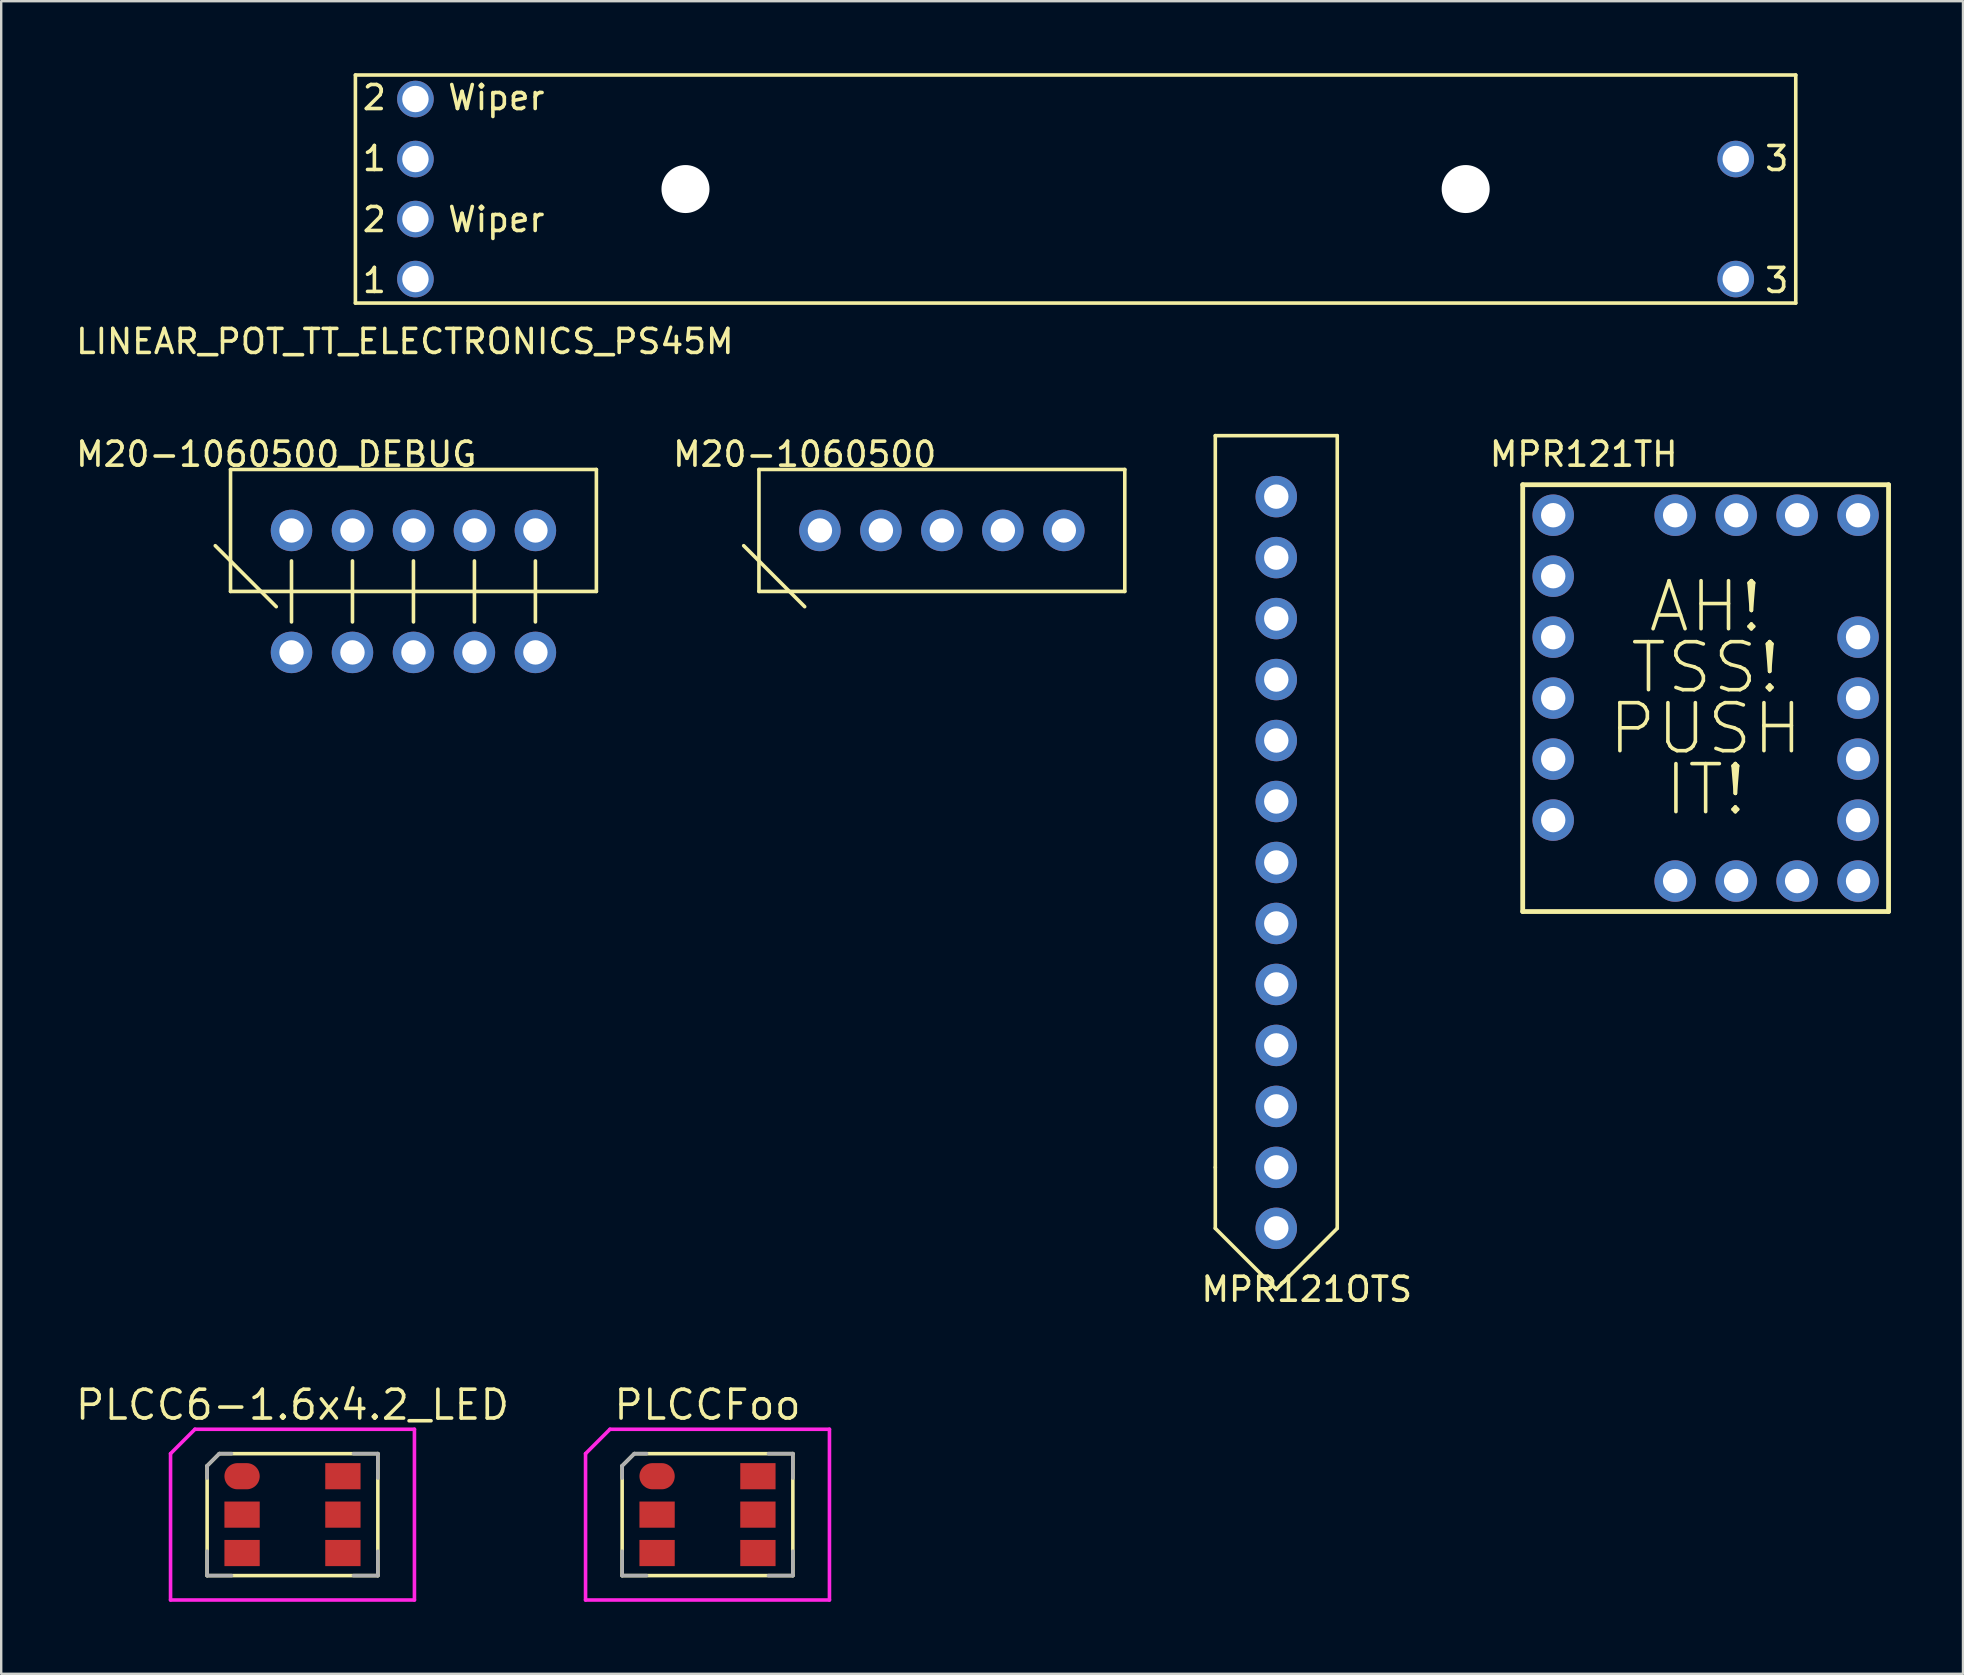
<source format=kicad_pcb>
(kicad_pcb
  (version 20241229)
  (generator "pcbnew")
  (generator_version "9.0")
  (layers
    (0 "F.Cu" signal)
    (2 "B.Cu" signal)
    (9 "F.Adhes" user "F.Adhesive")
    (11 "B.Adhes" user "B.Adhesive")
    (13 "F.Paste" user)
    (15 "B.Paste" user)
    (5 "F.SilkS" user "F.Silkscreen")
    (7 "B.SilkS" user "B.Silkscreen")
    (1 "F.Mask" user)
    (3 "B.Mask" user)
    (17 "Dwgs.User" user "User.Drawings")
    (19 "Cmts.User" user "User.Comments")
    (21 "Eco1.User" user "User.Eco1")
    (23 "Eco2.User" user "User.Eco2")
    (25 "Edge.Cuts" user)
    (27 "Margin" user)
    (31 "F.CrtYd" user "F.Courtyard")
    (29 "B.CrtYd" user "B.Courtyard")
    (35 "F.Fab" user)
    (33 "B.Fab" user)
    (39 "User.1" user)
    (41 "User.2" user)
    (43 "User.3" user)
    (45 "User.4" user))
  (footprint "PLCCFoo"
    (layer "F.Cu")
    (at 26.422 60.044)
    (property "Reference" "PLCCFoo" (at 0 -4.572 0) (layer "F.SilkS") (effects (font (size 1.2 1.2) (thickness 0.15))))
    (attr through_hole)
    (fp_line (start -3.556 -2.032) (end -3.048 -2.54) (stroke (width 0.15) (type solid)) (layer "F.SilkS"))
    (fp_line (start -3.556 2.54) (end -3.556 -2.032) (stroke (width 0.15) (type solid)) (layer "F.SilkS"))
    (fp_line (start -3.048 -2.54) (end 3.556 -2.54) (stroke (width 0.15) (type solid)) (layer "F.SilkS"))
    (fp_line (start 3.556 -2.54) (end 3.556 2.54) (stroke (width 0.15) (type solid)) (layer "F.SilkS"))
    (fp_line (start 3.556 2.54) (end -3.556 2.54) (stroke (width 0.15) (type solid)) (layer "F.SilkS"))
    (fp_line (start -5.08 -2.54) (end -5.08 3.556) (stroke (width 0.15) (type solid)) (layer "F.CrtYd"))
    (fp_line (start -5.08 3.556) (end 5.08 3.556) (stroke (width 0.15) (type solid)) (layer "F.CrtYd"))
    (fp_line (start -4.064 -3.556) (end -5.08 -2.54) (stroke (width 0.15) (type solid)) (layer "F.CrtYd"))
    (fp_line (start 5.08 -3.556) (end -4.064 -3.556) (stroke (width 0.15) (type solid)) (layer "F.CrtYd"))
    (fp_line (start 5.08 3.556) (end 5.08 -3.556) (stroke (width 0.15) (type solid)) (layer "F.CrtYd"))
    (fp_line (start -3.556 -2.032) (end -3.556 -1.524) (stroke (width 0.15) (type solid)) (layer "F.Fab"))
    (fp_line (start -3.556 1.524) (end -3.556 2.54) (stroke (width 0.15) (type solid)) (layer "F.Fab"))
    (fp_line (start -3.556 2.54) (end -2.54 2.54) (stroke (width 0.15) (type solid)) (layer "F.Fab"))
    (fp_line (start -3.048 -2.54) (end -3.556 -2.032) (stroke (width 0.15) (type solid)) (layer "F.Fab"))
    (fp_line (start -2.54 -2.54) (end -3.048 -2.54) (stroke (width 0.15) (type solid)) (layer "F.Fab"))
    (fp_line (start 2.54 2.54) (end 3.556 2.54) (stroke (width 0.15) (type solid)) (layer "F.Fab"))
    (fp_line (start 3.556 -2.54) (end 2.54 -2.54) (stroke (width 0.15) (type solid)) (layer "F.Fab"))
    (fp_line (start 3.556 -1.524) (end 3.556 -2.54) (stroke (width 0.15) (type solid)) (layer "F.Fab"))
    (fp_line (start 3.556 2.54) (end 3.556 1.524) (stroke (width 0.15) (type solid)) (layer "F.Fab"))
    (pad "1" smd oval (at -2.1 -1.6 270) (size 1.09 1.47) (layers "F.Cu" "F.Mask" "F.Paste"))
    (pad "2" smd rect (at -2.1 0 270) (size 1.09 1.47) (layers "F.Cu" "F.Mask" "F.Paste"))
    (pad "3" smd rect (at -2.1 1.6 270) (size 1.09 1.47) (layers "F.Cu" "F.Mask" "F.Paste"))
    (pad "4" smd rect (at 2.1 1.6 270) (size 1.09 1.47) (layers "F.Cu" "F.Mask" "F.Paste"))
    (pad "5" smd rect (at 2.1 0 270) (size 1.09 1.47) (layers "F.Cu" "F.Mask" "F.Paste"))
    (pad "6" smd rect (at 2.1 -1.6 270) (size 1.09 1.47) (layers "F.Cu" "F.Mask" "F.Paste")))
  (footprint "MPR121TH"
    (layer "F.Cu")
    (at 61.651 18.412)
    (property "Reference" "MPR121TH" (at 1.27 -2.54 0) (layer "F.SilkS") (effects (font (size 1 1) (thickness 0.15))))
    (attr through_hole)
    (fp_line (start -1.27 -1.27) (end 13.97 -1.27) (stroke (width 0.2) (type solid)) (layer "F.SilkS"))
    (fp_line (start -1.27 16.51) (end -1.27 -1.27) (stroke (width 0.2) (type solid)) (layer "F.SilkS"))
    (fp_line (start 13.97 -1.27) (end 13.97 16.51) (stroke (width 0.2) (type solid)) (layer "F.SilkS"))
    (fp_line (start 13.97 16.51) (end -1.27 16.51) (stroke (width 0.2) (type solid)) (layer "F.SilkS"))
    (fp_text user "TSS!" (at 6.35 6.35 0) (layer "F.SilkS") (effects (font (size 2 2) (thickness 0.15))))
    (fp_text user "IT!" (at 6.35 11.43 0) (layer "F.SilkS") (effects (font (size 2 2) (thickness 0.15))))
    (fp_text user "AH!" (at 6.35 3.81 0) (layer "F.SilkS") (effects (font (size 2 2) (thickness 0.15))))
    (fp_text user "PUSH" (at 6.35 8.89 0) (layer "F.SilkS") (effects (font (size 2 2) (thickness 0.15))))
    (pad "+3.3" thru_hole circle (at 0 0) (size 1.727 1.727) (drill 1.016) (layers "*.Cu" "*.Mask"))
    (pad "ADDR" thru_hole circle (at 0 12.7) (size 1.727 1.727) (drill 1.016) (layers "*.Cu" "*.Mask"))
    (pad "GND" thru_hole circle (at 0 2.54) (size 1.727 1.727) (drill 1.016) (layers "*.Cu" "*.Mask"))
    (pad "IRQ" thru_hole circle (at 0 5.08) (size 1.727 1.727) (drill 1.016) (layers "*.Cu" "*.Mask"))
    (pad "P00" thru_hole circle (at 5.08 15.24) (size 1.727 1.727) (drill 1.016) (layers "*.Cu" "*.Mask"))
    (pad "P01" thru_hole circle (at 7.62 15.24) (size 1.727 1.727) (drill 1.016) (layers "*.Cu" "*.Mask"))
    (pad "P02" thru_hole circle (at 10.16 15.24) (size 1.727 1.727) (drill 1.016) (layers "*.Cu" "*.Mask"))
    (pad "P03" thru_hole circle (at 12.7 15.24) (size 1.727 1.727) (drill 1.016) (layers "*.Cu" "*.Mask"))
    (pad "P04" thru_hole circle (at 12.7 12.7) (size 1.727 1.727) (drill 1.016) (layers "*.Cu" "*.Mask"))
    (pad "P05" thru_hole circle (at 12.7 10.16) (size 1.727 1.727) (drill 1.016) (layers "*.Cu" "*.Mask"))
    (pad "P06" thru_hole circle (at 12.7 7.62) (size 1.727 1.727) (drill 1.016) (layers "*.Cu" "*.Mask"))
    (pad "P07" thru_hole circle (at 12.7 5.08) (size 1.727 1.727) (drill 1.016) (layers "*.Cu" "*.Mask"))
    (pad "P08" thru_hole circle (at 12.7 0) (size 1.727 1.727) (drill 1.016) (layers "*.Cu" "*.Mask"))
    (pad "P09" thru_hole circle (at 10.16 0) (size 1.727 1.727) (drill 1.016) (layers "*.Cu" "*.Mask"))
    (pad "P10" thru_hole circle (at 7.62 0) (size 1.727 1.727) (drill 1.016) (layers "*.Cu" "*.Mask"))
    (pad "P11" thru_hole circle (at 5.08 0) (size 1.727 1.727) (drill 1.016) (layers "*.Cu" "*.Mask"))
    (pad "SCL" thru_hole circle (at 0 7.62) (size 1.727 1.727) (drill 1.016) (layers "*.Cu" "*.Mask"))
    (pad "SDA" thru_hole circle (at 0 10.16) (size 1.727 1.727) (drill 1.016) (layers "*.Cu" "*.Mask")))
  (footprint "MPR121OTS"
    (layer "F.Cu")
    (at 50.115 48.118)
    (property "Reference" "MPR121OTS" (at 1.27 2.54 0) (layer "F.SilkS") (effects (font (size 1 1) (thickness 0.15))))
    (attr through_hole)
    (fp_line (start -2.54 -33.02) (end -2.54 -2.54) (stroke (width 0.15) (type solid)) (layer "F.SilkS"))
    (fp_line (start -2.54 -2.54) (end -2.54 0) (stroke (width 0.15) (type solid)) (layer "F.SilkS"))
    (fp_line (start -2.54 0) (end 0 2.54) (stroke (width 0.15) (type solid)) (layer "F.SilkS"))
    (fp_line (start 0 2.54) (end 2.54 0) (stroke (width 0.15) (type solid)) (layer "F.SilkS"))
    (fp_line (start 2.54 -33.02) (end -2.54 -33.02) (stroke (width 0.15) (type solid)) (layer "F.SilkS"))
    (fp_line (start 2.54 0) (end 2.54 -33.02) (stroke (width 0.15) (type solid)) (layer "F.SilkS"))
    (pad "GND" thru_hole circle (at 0 0) (size 1.727 1.727) (drill 1.016) (layers "*.Cu" "*.Mask"))
    (pad "P00" thru_hole circle (at 0 -2.54) (size 1.727 1.727) (drill 1.016) (layers "*.Cu" "*.Mask"))
    (pad "P01" thru_hole circle (at 0 -5.08) (size 1.727 1.727) (drill 1.016) (layers "*.Cu" "*.Mask"))
    (pad "P02" thru_hole circle (at 0 -7.62) (size 1.727 1.727) (drill 1.016) (layers "*.Cu" "*.Mask"))
    (pad "P03" thru_hole circle (at 0 -10.16) (size 1.727 1.727) (drill 1.016) (layers "*.Cu" "*.Mask"))
    (pad "P04" thru_hole circle (at 0 -12.7) (size 1.727 1.727) (drill 1.016) (layers "*.Cu" "*.Mask"))
    (pad "P05" thru_hole circle (at 0 -15.24) (size 1.727 1.727) (drill 1.016) (layers "*.Cu" "*.Mask"))
    (pad "P06" thru_hole circle (at 0 -17.78) (size 1.727 1.727) (drill 1.016) (layers "*.Cu" "*.Mask"))
    (pad "P07" thru_hole circle (at 0 -20.32) (size 1.727 1.727) (drill 1.016) (layers "*.Cu" "*.Mask"))
    (pad "P08" thru_hole circle (at 0 -22.86) (size 1.727 1.727) (drill 1.016) (layers "*.Cu" "*.Mask"))
    (pad "P09" thru_hole circle (at 0 -25.4) (size 1.727 1.727) (drill 1.016) (layers "*.Cu" "*.Mask"))
    (pad "P10" thru_hole circle (at 0 -27.94) (size 1.727 1.727) (drill 1.016) (layers "*.Cu" "*.Mask"))
    (pad "P11" thru_hole circle (at 0 -30.48) (size 1.727 1.727) (drill 1.016) (layers "*.Cu" "*.Mask")))
  (footprint "M20-1060500_DEBUG"
    (layer "F.Cu")
    (at 14.173 19.047)
    (property "Reference" "M20-1060500_DEBUG" (at -5.715 -3.175 0) (layer "F.SilkS") (effects (font (size 1 1) (thickness 0.15))))
    (attr through_hole)
    (fp_line (start -8.255 0.635) (end -5.715 3.175) (stroke (width 0.15) (type solid)) (layer "F.SilkS"))
    (fp_line (start -7.62 -2.54) (end -7.62 2.54) (stroke (width 0.15) (type solid)) (layer "F.SilkS"))
    (fp_line (start -7.62 2.54) (end 7.62 2.54) (stroke (width 0.15) (type solid)) (layer "F.SilkS"))
    (fp_line (start -5.08 3.81) (end -5.08 1.27) (stroke (width 0.15) (type solid)) (layer "F.SilkS"))
    (fp_line (start -2.54 3.81) (end -2.54 1.27) (stroke (width 0.15) (type solid)) (layer "F.SilkS"))
    (fp_line (start 0 3.81) (end 0 1.27) (stroke (width 0.15) (type solid)) (layer "F.SilkS"))
    (fp_line (start 2.54 3.81) (end 2.54 1.27) (stroke (width 0.15) (type solid)) (layer "F.SilkS"))
    (fp_line (start 5.08 3.81) (end 5.08 1.27) (stroke (width 0.15) (type solid)) (layer "F.SilkS"))
    (fp_line (start 7.62 -2.54) (end -7.62 -2.54) (stroke (width 0.15) (type solid)) (layer "F.SilkS"))
    (fp_line (start 7.62 2.54) (end 7.62 -2.54) (stroke (width 0.15) (type solid)) (layer "F.SilkS"))
    (pad "1" thru_hole circle (at -5.08 0) (size 1.727 1.727) (drill 1.016) (layers "*.Cu" "*.Mask"))
    (pad "1" thru_hole circle (at -5.08 5.08) (size 1.727 1.727) (drill 1.016) (layers "*.Cu" "*.Mask"))
    (pad "2" thru_hole circle (at -2.54 0) (size 1.727 1.727) (drill 1.016) (layers "*.Cu" "*.Mask"))
    (pad "2" thru_hole circle (at -2.54 5.08) (size 1.727 1.727) (drill 1.016) (layers "*.Cu" "*.Mask"))
    (pad "3" thru_hole circle (at 0 0) (size 1.727 1.727) (drill 1.016) (layers "*.Cu" "*.Mask"))
    (pad "3" thru_hole circle (at 0 5.08) (size 1.727 1.727) (drill 1.016) (layers "*.Cu" "*.Mask"))
    (pad "4" thru_hole circle (at 2.54 0) (size 1.727 1.727) (drill 1.016) (layers "*.Cu" "*.Mask"))
    (pad "4" thru_hole circle (at 2.54 5.08) (size 1.727 1.727) (drill 1.016) (layers "*.Cu" "*.Mask"))
    (pad "5" thru_hole circle (at 5.08 0) (size 1.727 1.727) (drill 1.016) (layers "*.Cu" "*.Mask"))
    (pad "5" thru_hole circle (at 5.08 5.08) (size 1.727 1.727) (drill 1.016) (layers "*.Cu" "*.Mask")))
  (footprint "PLCC6-1.6x4.2_LED"
    (layer "F.Cu")
    (at 9.134 60.044)
    (property "Reference" "PLCC6-1.6x4.2_LED" (at 0 -4.572 0) (layer "F.SilkS") (effects (font (size 1.2 1.2) (thickness 0.15))))
    (attr through_hole)
    (fp_line (start -3.556 -2.032) (end -3.048 -2.54) (stroke (width 0.15) (type solid)) (layer "F.SilkS"))
    (fp_line (start -3.556 2.54) (end -3.556 -2.032) (stroke (width 0.15) (type solid)) (layer "F.SilkS"))
    (fp_line (start -3.048 -2.54) (end 3.556 -2.54) (stroke (width 0.15) (type solid)) (layer "F.SilkS"))
    (fp_line (start 3.556 -2.54) (end 3.556 2.54) (stroke (width 0.15) (type solid)) (layer "F.SilkS"))
    (fp_line (start 3.556 2.54) (end -3.556 2.54) (stroke (width 0.15) (type solid)) (layer "F.SilkS"))
    (fp_line (start -5.08 -2.54) (end -5.08 3.556) (stroke (width 0.15) (type solid)) (layer "F.CrtYd"))
    (fp_line (start -5.08 3.556) (end 5.08 3.556) (stroke (width 0.15) (type solid)) (layer "F.CrtYd"))
    (fp_line (start -4.064 -3.556) (end -5.08 -2.54) (stroke (width 0.15) (type solid)) (layer "F.CrtYd"))
    (fp_line (start 5.08 -3.556) (end -4.064 -3.556) (stroke (width 0.15) (type solid)) (layer "F.CrtYd"))
    (fp_line (start 5.08 3.556) (end 5.08 -3.556) (stroke (width 0.15) (type solid)) (layer "F.CrtYd"))
    (fp_line (start -3.556 -2.032) (end -3.556 -1.524) (stroke (width 0.15) (type solid)) (layer "F.Fab"))
    (fp_line (start -3.556 1.524) (end -3.556 2.54) (stroke (width 0.15) (type solid)) (layer "F.Fab"))
    (fp_line (start -3.556 2.54) (end -2.54 2.54) (stroke (width 0.15) (type solid)) (layer "F.Fab"))
    (fp_line (start -3.048 -2.54) (end -3.556 -2.032) (stroke (width 0.15) (type solid)) (layer "F.Fab"))
    (fp_line (start -2.54 -2.54) (end -3.048 -2.54) (stroke (width 0.15) (type solid)) (layer "F.Fab"))
    (fp_line (start 2.54 2.54) (end 3.556 2.54) (stroke (width 0.15) (type solid)) (layer "F.Fab"))
    (fp_line (start 3.556 -2.54) (end 2.54 -2.54) (stroke (width 0.15) (type solid)) (layer "F.Fab"))
    (fp_line (start 3.556 -1.524) (end 3.556 -2.54) (stroke (width 0.15) (type solid)) (layer "F.Fab"))
    (fp_line (start 3.556 2.54) (end 3.556 1.524) (stroke (width 0.15) (type solid)) (layer "F.Fab"))
    (pad "1" smd oval (at -2.1 -1.6 270) (size 1.09 1.47) (layers "F.Cu" "F.Mask" "F.Paste"))
    (pad "2" smd rect (at -2.1 0 270) (size 1.09 1.47) (layers "F.Cu" "F.Mask" "F.Paste"))
    (pad "3" smd rect (at -2.1 1.6 270) (size 1.09 1.47) (layers "F.Cu" "F.Mask" "F.Paste"))
    (pad "4" smd rect (at 2.1 1.6 270) (size 1.09 1.47) (layers "F.Cu" "F.Mask" "F.Paste"))
    (pad "5" smd rect (at 2.1 0 270) (size 1.09 1.47) (layers "F.Cu" "F.Mask" "F.Paste"))
    (pad "6" smd rect (at 2.1 -1.6 270) (size 1.09 1.47) (layers "F.Cu" "F.Mask" "F.Paste")))
  (footprint "M20-1060500"
    (layer "F.Cu")
    (at 36.185 19.047)
    (property "Reference" "M20-1060500" (at -5.715 -3.175 0) (layer "F.SilkS") (effects (font (size 1 1) (thickness 0.15))))
    (attr through_hole)
    (fp_line (start -8.255 0.635) (end -5.715 3.175) (stroke (width 0.15) (type solid)) (layer "F.SilkS"))
    (fp_line (start -7.62 -2.54) (end -7.62 2.54) (stroke (width 0.15) (type solid)) (layer "F.SilkS"))
    (fp_line (start -7.62 2.54) (end 7.62 2.54) (stroke (width 0.15) (type solid)) (layer "F.SilkS"))
    (fp_line (start 7.62 -2.54) (end -7.62 -2.54) (stroke (width 0.15) (type solid)) (layer "F.SilkS"))
    (fp_line (start 7.62 2.54) (end 7.62 -2.54) (stroke (width 0.15) (type solid)) (layer "F.SilkS"))
    (pad "1" thru_hole circle (at -5.08 0) (size 1.727 1.727) (drill 1.016) (layers "*.Cu" "*.Mask"))
    (pad "2" thru_hole circle (at -2.54 0) (size 1.727 1.727) (drill 1.016) (layers "*.Cu" "*.Mask"))
    (pad "3" thru_hole circle (at 0 0) (size 1.727 1.727) (drill 1.016) (layers "*.Cu" "*.Mask"))
    (pad "4" thru_hole circle (at 2.54 0) (size 1.727 1.727) (drill 1.016) (layers "*.Cu" "*.Mask"))
    (pad "5" thru_hole circle (at 5.08 0) (size 1.727 1.727) (drill 1.016) (layers "*.Cu" "*.Mask")))
  (footprint "LINEAR_POT_TT_ELECTRONICS_PS45M"
    (layer "F.Cu")
    (at 41.755 4.825)
    (property "Reference" "LINEAR_POT_TT_ELECTRONICS_PS45M" (at -27.94 6.35 0) (layer "F.SilkS") (effects (font (size 1 1) (thickness 0.15))))
    (attr through_hole)
    (fp_line (start -30 -4.75) (end 30 -4.75) (stroke (width 0.15) (type solid)) (layer "F.SilkS"))
    (fp_line (start -30 4.75) (end -30 -4.75) (stroke (width 0.15) (type solid)) (layer "F.SilkS"))
    (fp_line (start -30 4.75) (end 30 4.75) (stroke (width 0.15) (type solid)) (layer "F.SilkS"))
    (fp_line (start 30 -4.75) (end 30 4.75) (stroke (width 0.15) (type solid)) (layer "F.SilkS"))
    (fp_text user "2" (at -29.21 1.27 0) (layer "F.SilkS") (effects (font (size 1 1) (thickness 0.15))))
    (fp_text user "2" (at -29.21 -3.81 0) (layer "F.SilkS") (effects (font (size 1 1) (thickness 0.15))))
    (fp_text user "3" (at 29.21 3.81 0) (layer "F.SilkS") (effects (font (size 1 1) (thickness 0.15))))
    (fp_text user "1" (at -29.21 -1.27 0) (layer "F.SilkS") (effects (font (size 1 1) (thickness 0.15))))
    (fp_text user "Wiper" (at -24.13 -3.81 0) (layer "F.SilkS") (effects (font (size 1 1) (thickness 0.15))))
    (fp_text user "1" (at -29.21 3.81 0) (layer "F.SilkS") (effects (font (size 1 1) (thickness 0.15))))
    (fp_text user "Wiper" (at -24.13 1.27 0) (layer "F.SilkS") (effects (font (size 1 1) (thickness 0.15))))
    (fp_text user "3" (at 29.21 -1.27 0) (layer "F.SilkS") (effects (font (size 1 1) (thickness 0.15))))
    (pad "" np_thru_hole circle (at -16.25 0) (size 2 2) (drill 2) (layers "*.Cu" "*.Mask"))
    (pad "" np_thru_hole circle (at 16.25 0) (size 2 2) (drill 2) (layers "*.Cu" "*.Mask"))
    (pad "1" thru_hole circle (at -27.5 -1.25) (size 1.524 1.524) (drill 1.1) (layers "*.Cu" "*.Mask"))
    (pad "1" thru_hole circle (at -27.5 3.75) (size 1.524 1.524) (drill 1.1) (layers "*.Cu" "*.Mask"))
    (pad "2" thru_hole circle (at -27.5 -3.75) (size 1.524 1.524) (drill 1.1) (layers "*.Cu" "*.Mask"))
    (pad "2" thru_hole circle (at -27.5 1.25) (size 1.524 1.524) (drill 1.1) (layers "*.Cu" "*.Mask"))
    (pad "3" thru_hole circle (at 27.5 -1.25) (size 1.524 1.524) (drill 1.1) (layers "*.Cu" "*.Mask"))
    (pad "3" thru_hole circle (at 27.5 3.75) (size 1.524 1.524) (drill 1.1) (layers "*.Cu" "*.Mask")))
  (gr_rect
    (start -3 -3)
    (end 78.721 66.675)
    (stroke (width 0.1) (type default))
    (fill no)
    (layer "Edge.Cuts")))
</source>
